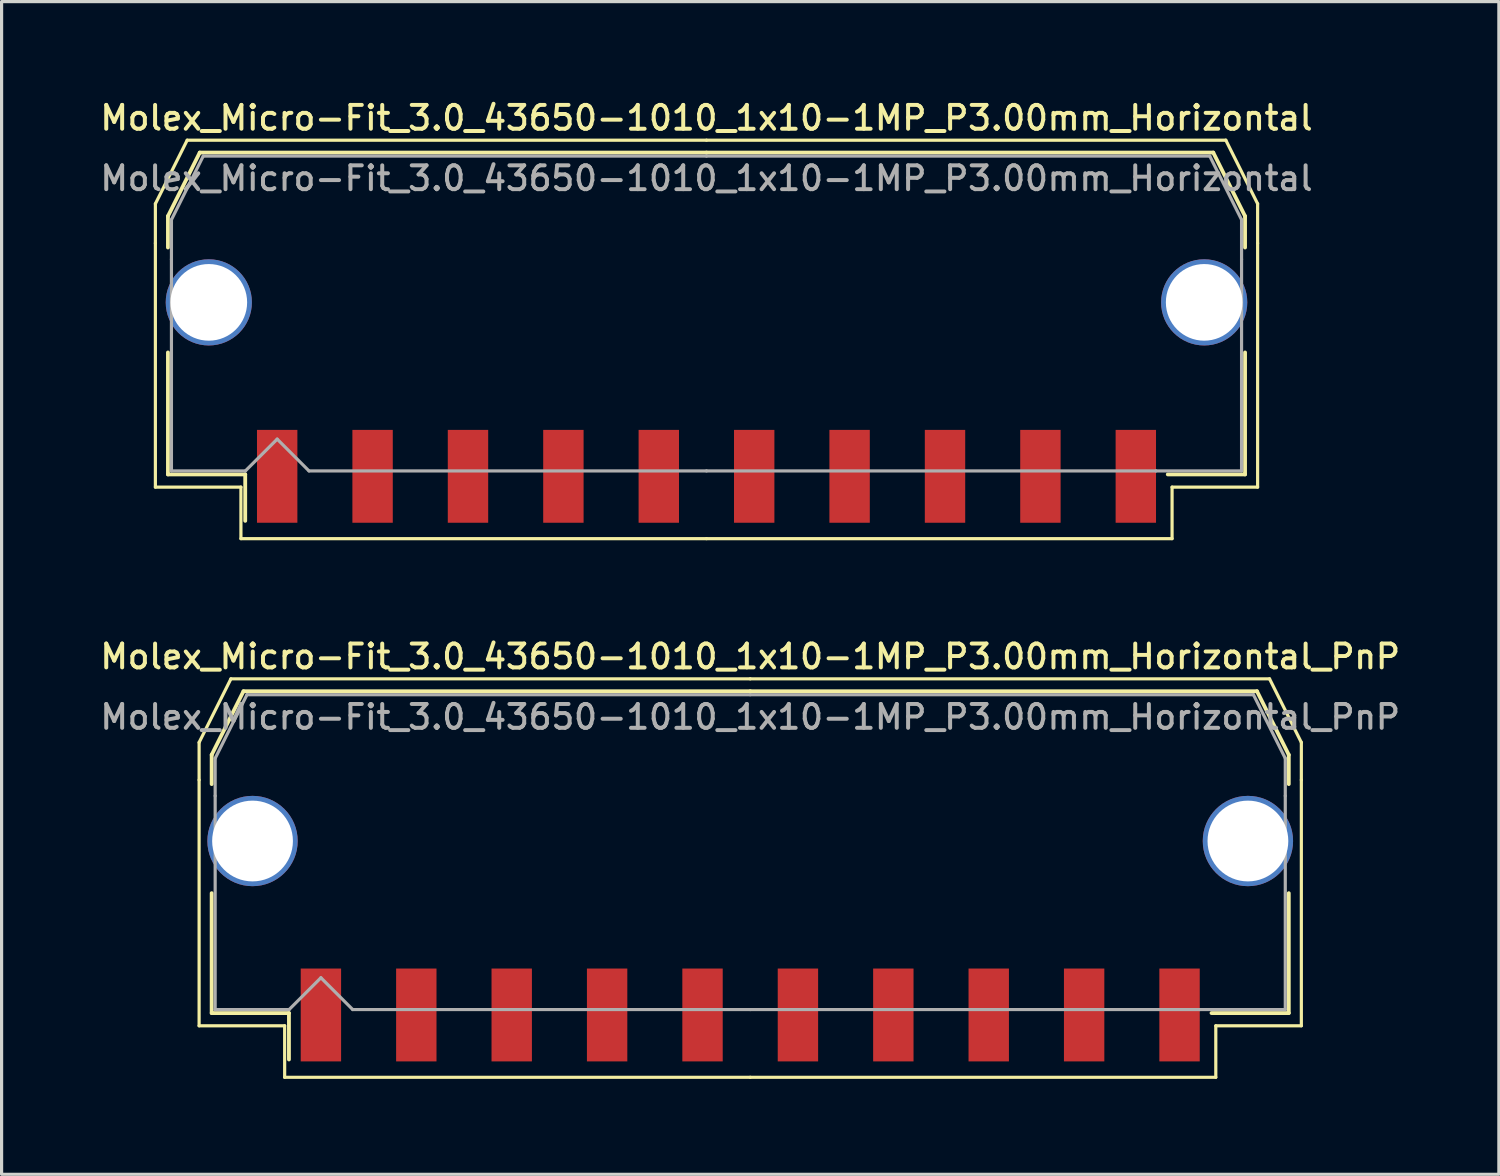
<source format=kicad_pcb>
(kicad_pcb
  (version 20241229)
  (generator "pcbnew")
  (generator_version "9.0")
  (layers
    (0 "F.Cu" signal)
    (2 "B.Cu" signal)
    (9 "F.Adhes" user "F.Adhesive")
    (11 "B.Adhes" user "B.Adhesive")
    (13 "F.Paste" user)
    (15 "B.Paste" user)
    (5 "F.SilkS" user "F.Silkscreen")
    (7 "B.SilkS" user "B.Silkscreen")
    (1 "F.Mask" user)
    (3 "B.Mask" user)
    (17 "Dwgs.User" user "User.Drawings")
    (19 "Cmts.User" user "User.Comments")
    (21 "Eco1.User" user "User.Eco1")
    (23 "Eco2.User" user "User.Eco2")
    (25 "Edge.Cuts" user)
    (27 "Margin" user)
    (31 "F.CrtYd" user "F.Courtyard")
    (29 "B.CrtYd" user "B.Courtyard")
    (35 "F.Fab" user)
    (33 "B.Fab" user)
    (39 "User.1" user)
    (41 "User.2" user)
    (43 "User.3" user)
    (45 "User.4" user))
  (footprint "Molex_Micro-Fit_3.0_43650-1010_1x10-1MP_P3.00mm_Horizontal"
    (layer "F.Cu")
    (at 19.166 6.808)
    (property "Reference" "Molex_Micro-Fit_3.0_43650-1010_1x10-1MP_P3.00mm_Horizontal" (at 0 -6.15 0) (layer "F.SilkS") (effects (font (size 0.75 0.75) (thickness 0.125))))
    (attr smd)
    (fp_line (start -17.33 -3.45) (end -17.33 -2.21) (stroke (width 0.1) (type solid)) (layer "F.SilkS"))
    (fp_line (start -17.33 -2.21) (end -17.33 5.46) (stroke (width 0.1) (type solid)) (layer "F.SilkS"))
    (fp_line (start -17.33 5.46) (end -14.64 5.46) (stroke (width 0.1) (type solid)) (layer "F.SilkS"))
    (fp_line (start -16.935 -3.06) (end -16.935 -2.075) (stroke (width 0.12) (type solid)) (layer "F.SilkS"))
    (fp_line (start -16.935 1.225) (end -16.935 5.06) (stroke (width 0.12) (type solid)) (layer "F.SilkS"))
    (fp_line (start -16.935 5.06) (end -14.505 5.06) (stroke (width 0.12) (type solid)) (layer "F.SilkS"))
    (fp_line (start -16.33 -5.45) (end -17.33 -3.45) (stroke (width 0.1) (type solid)) (layer "F.SilkS"))
    (fp_line (start -15.935 -5.06) (end -16.935 -3.06) (stroke (width 0.12) (type solid)) (layer "F.SilkS"))
    (fp_line (start -14.64 5.46) (end -14.64 7.08) (stroke (width 0.1) (type solid)) (layer "F.SilkS"))
    (fp_line (start -14.64 7.08) (end 0 7.08) (stroke (width 0.1) (type solid)) (layer "F.SilkS"))
    (fp_line (start -14.505 5.06) (end -14.505 6.52) (stroke (width 0.12) (type solid)) (layer "F.SilkS"))
    (fp_line (start 0 -5.45) (end -16.33 -5.45) (stroke (width 0.1) (type solid)) (layer "F.SilkS"))
    (fp_line (start 0 -5.45) (end 16.33 -5.45) (stroke (width 0.1) (type solid)) (layer "F.SilkS"))
    (fp_line (start 0 -5.06) (end -15.935 -5.06) (stroke (width 0.12) (type solid)) (layer "F.SilkS"))
    (fp_line (start 0 -5.06) (end 15.935 -5.06) (stroke (width 0.12) (type solid)) (layer "F.SilkS"))
    (fp_line (start 14.64 5.46) (end 14.64 7.08) (stroke (width 0.1) (type solid)) (layer "F.SilkS"))
    (fp_line (start 14.64 7.08) (end 0 7.08) (stroke (width 0.1) (type solid)) (layer "F.SilkS"))
    (fp_line (start 15.935 -5.06) (end 16.935 -3.06) (stroke (width 0.12) (type solid)) (layer "F.SilkS"))
    (fp_line (start 16.33 -5.45) (end 17.33 -3.45) (stroke (width 0.1) (type solid)) (layer "F.SilkS"))
    (fp_line (start 16.935 -3.06) (end 16.935 -2.075) (stroke (width 0.12) (type solid)) (layer "F.SilkS"))
    (fp_line (start 16.935 1.225) (end 16.935 5.06) (stroke (width 0.12) (type solid)) (layer "F.SilkS"))
    (fp_line (start 16.935 5.06) (end 14.505 5.06) (stroke (width 0.12) (type solid)) (layer "F.SilkS"))
    (fp_line (start 17.33 -3.45) (end 17.33 -2.21) (stroke (width 0.1) (type solid)) (layer "F.SilkS"))
    (fp_line (start 17.33 -2.21) (end 17.33 5.46) (stroke (width 0.1) (type solid)) (layer "F.SilkS"))
    (fp_line (start 17.33 5.46) (end 14.64 5.46) (stroke (width 0.1) (type solid)) (layer "F.SilkS"))
    (fp_line (start -16.825 -2.95) (end -16.825 -1.705) (stroke (width 0.1) (type solid)) (layer "F.Fab"))
    (fp_line (start -16.825 -1.705) (end -16.825 4.95) (stroke (width 0.1) (type solid)) (layer "F.Fab"))
    (fp_line (start -16.825 4.95) (end -14.5 4.95) (stroke (width 0.1) (type solid)) (layer "F.Fab"))
    (fp_line (start -15.825 -4.95) (end -16.825 -2.95) (stroke (width 0.1) (type solid)) (layer "F.Fab"))
    (fp_line (start -14.5 4.95) (end -13.5 3.95) (stroke (width 0.1) (type solid)) (layer "F.Fab"))
    (fp_line (start -13.5 3.95) (end -12.5 4.95) (stroke (width 0.1) (type solid)) (layer "F.Fab"))
    (fp_line (start -12.5 4.95) (end 0 4.95) (stroke (width 0.1) (type solid)) (layer "F.Fab"))
    (fp_line (start 0 -4.95) (end -15.825 -4.95) (stroke (width 0.1) (type solid)) (layer "F.Fab"))
    (fp_line (start 0 -4.95) (end 15.825 -4.95) (stroke (width 0.1) (type solid)) (layer "F.Fab"))
    (fp_line (start 14.135 4.95) (end 0 4.95) (stroke (width 0.1) (type solid)) (layer "F.Fab"))
    (fp_line (start 15.825 -4.95) (end 16.825 -2.95) (stroke (width 0.1) (type solid)) (layer "F.Fab"))
    (fp_line (start 16.825 -2.95) (end 16.825 -1.705) (stroke (width 0.1) (type solid)) (layer "F.Fab"))
    (fp_line (start 16.825 -1.705) (end 16.825 4.95) (stroke (width 0.1) (type solid)) (layer "F.Fab"))
    (fp_line (start 16.825 4.95) (end 14.135 4.95) (stroke (width 0.1) (type solid)) (layer "F.Fab"))
    (fp_text user "${REFERENCE}" (at 0 -4.25 0) (layer "F.Fab") (effects (font (size 0.75 0.75) (thickness 0.125))))
    (pad "1" smd rect (at -13.5 5.12) (size 1.27 2.92) (layers "F.Cu" "F.Mask" "F.Paste"))
    (pad "2" smd rect (at -10.5 5.12) (size 1.27 2.92) (layers "F.Cu" "F.Mask" "F.Paste"))
    (pad "3" smd rect (at -7.5 5.12) (size 1.27 2.92) (layers "F.Cu" "F.Mask" "F.Paste"))
    (pad "4" smd rect (at -4.5 5.12) (size 1.27 2.92) (layers "F.Cu" "F.Mask" "F.Paste"))
    (pad "5" smd rect (at -1.5 5.12) (size 1.27 2.92) (layers "F.Cu" "F.Mask" "F.Paste"))
    (pad "6" smd rect (at 1.5 5.12) (size 1.27 2.92) (layers "F.Cu" "F.Mask" "F.Paste"))
    (pad "7" smd rect (at 4.5 5.12) (size 1.27 2.92) (layers "F.Cu" "F.Mask" "F.Paste"))
    (pad "8" smd rect (at 7.5 5.12) (size 1.27 2.92) (layers "F.Cu" "F.Mask" "F.Paste"))
    (pad "9" smd rect (at 10.5 5.12) (size 1.27 2.92) (layers "F.Cu" "F.Mask" "F.Paste"))
    (pad "10" smd rect (at 13.5 5.12) (size 1.27 2.92) (layers "F.Cu" "F.Mask" "F.Paste"))
    (pad "MP" thru_hole circle (at -15.65 -0.35) (size 2.71 2.71) (drill 2.41) (property pad_prop_heatsink) (layers "*.Cu" "*.Mask"))
    (pad "MP" thru_hole circle (at 15.65 -0.35) (size 2.71 2.71) (drill 2.41) (property pad_prop_heatsink) (layers "*.Cu" "*.Mask")))
  (footprint "Molex_Micro-Fit_3.0_43650-1010_1x10-1MP_P3.00mm_Horizontal_PnP"
    (layer "F.Cu")
    (at 20.541 23.746)
    (property "Reference" "Molex_Micro-Fit_3.0_43650-1010_1x10-1MP_P3.00mm_Horizontal_PnP" (at 0 -6.15 0) (layer "F.SilkS") (effects (font (size 0.75 0.75) (thickness 0.125))))
    (attr smd)
    (fp_line (start -17.33 -3.45) (end -17.33 -2.27) (stroke (width 0.1) (type solid)) (layer "F.SilkS"))
    (fp_line (start -17.33 -2.27) (end -17.33 5.46) (stroke (width 0.1) (type solid)) (layer "F.SilkS"))
    (fp_line (start -17.33 5.46) (end -14.64 5.46) (stroke (width 0.1) (type solid)) (layer "F.SilkS"))
    (fp_line (start -16.935 -3.06) (end -16.935 -2.14) (stroke (width 0.12) (type solid)) (layer "F.SilkS"))
    (fp_line (start -16.935 1.29) (end -16.935 5.06) (stroke (width 0.12) (type solid)) (layer "F.SilkS"))
    (fp_line (start -16.935 5.06) (end -14.505 5.06) (stroke (width 0.12) (type solid)) (layer "F.SilkS"))
    (fp_line (start -16.33 -5.45) (end -17.33 -3.45) (stroke (width 0.1) (type solid)) (layer "F.SilkS"))
    (fp_line (start -15.935 -5.06) (end -16.935 -3.06) (stroke (width 0.12) (type solid)) (layer "F.SilkS"))
    (fp_line (start -14.64 5.46) (end -14.64 7.08) (stroke (width 0.1) (type solid)) (layer "F.SilkS"))
    (fp_line (start -14.64 7.08) (end 0 7.08) (stroke (width 0.1) (type solid)) (layer "F.SilkS"))
    (fp_line (start -14.505 5.06) (end -14.505 6.52) (stroke (width 0.12) (type solid)) (layer "F.SilkS"))
    (fp_line (start 0 -5.45) (end -16.33 -5.45) (stroke (width 0.1) (type solid)) (layer "F.SilkS"))
    (fp_line (start 0 -5.45) (end 16.33 -5.45) (stroke (width 0.1) (type solid)) (layer "F.SilkS"))
    (fp_line (start 0 -5.06) (end -15.935 -5.06) (stroke (width 0.12) (type solid)) (layer "F.SilkS"))
    (fp_line (start 0 -5.06) (end 15.935 -5.06) (stroke (width 0.12) (type solid)) (layer "F.SilkS"))
    (fp_line (start 14.64 5.46) (end 14.64 7.08) (stroke (width 0.1) (type solid)) (layer "F.SilkS"))
    (fp_line (start 14.64 7.08) (end 0 7.08) (stroke (width 0.1) (type solid)) (layer "F.SilkS"))
    (fp_line (start 15.935 -5.06) (end 16.935 -3.06) (stroke (width 0.12) (type solid)) (layer "F.SilkS"))
    (fp_line (start 16.33 -5.45) (end 17.33 -3.45) (stroke (width 0.1) (type solid)) (layer "F.SilkS"))
    (fp_line (start 16.935 -3.06) (end 16.935 -2.14) (stroke (width 0.12) (type solid)) (layer "F.SilkS"))
    (fp_line (start 16.935 1.29) (end 16.935 5.06) (stroke (width 0.12) (type solid)) (layer "F.SilkS"))
    (fp_line (start 16.935 5.06) (end 14.505 5.06) (stroke (width 0.12) (type solid)) (layer "F.SilkS"))
    (fp_line (start 17.33 -3.45) (end 17.33 -2.27) (stroke (width 0.1) (type solid)) (layer "F.SilkS"))
    (fp_line (start 17.33 -2.27) (end 17.33 5.46) (stroke (width 0.1) (type solid)) (layer "F.SilkS"))
    (fp_line (start 17.33 5.46) (end 14.64 5.46) (stroke (width 0.1) (type solid)) (layer "F.SilkS"))
    (fp_line (start -16.825 -2.95) (end -16.825 -1.77) (stroke (width 0.1) (type solid)) (layer "F.Fab"))
    (fp_line (start -16.825 -1.77) (end -16.825 4.95) (stroke (width 0.1) (type solid)) (layer "F.Fab"))
    (fp_line (start -16.825 4.95) (end -14.5 4.95) (stroke (width 0.1) (type solid)) (layer "F.Fab"))
    (fp_line (start -15.825 -4.95) (end -16.825 -2.95) (stroke (width 0.1) (type solid)) (layer "F.Fab"))
    (fp_line (start -14.5 4.95) (end -13.5 3.95) (stroke (width 0.1) (type solid)) (layer "F.Fab"))
    (fp_line (start -13.5 3.95) (end -12.5 4.95) (stroke (width 0.1) (type solid)) (layer "F.Fab"))
    (fp_line (start -12.5 4.95) (end 0 4.95) (stroke (width 0.1) (type solid)) (layer "F.Fab"))
    (fp_line (start 0 -4.95) (end -15.825 -4.95) (stroke (width 0.1) (type solid)) (layer "F.Fab"))
    (fp_line (start 0 -4.95) (end 15.825 -4.95) (stroke (width 0.1) (type solid)) (layer "F.Fab"))
    (fp_line (start 14.135 4.95) (end 0 4.95) (stroke (width 0.1) (type solid)) (layer "F.Fab"))
    (fp_line (start 15.825 -4.95) (end 16.825 -2.95) (stroke (width 0.1) (type solid)) (layer "F.Fab"))
    (fp_line (start 16.825 -2.95) (end 16.825 -1.77) (stroke (width 0.1) (type solid)) (layer "F.Fab"))
    (fp_line (start 16.825 -1.77) (end 16.825 4.95) (stroke (width 0.1) (type solid)) (layer "F.Fab"))
    (fp_line (start 16.825 4.95) (end 14.135 4.95) (stroke (width 0.1) (type solid)) (layer "F.Fab"))
    (fp_text user "${REFERENCE}" (at 0 -4.25 0) (layer "F.Fab") (effects (font (size 0.75 0.75) (thickness 0.125))))
    (pad "1" smd rect (at -13.5 5.12) (size 1.27 2.92) (layers "F.Cu" "F.Mask" "F.Paste"))
    (pad "2" smd rect (at -10.5 5.12) (size 1.27 2.92) (layers "F.Cu" "F.Mask" "F.Paste"))
    (pad "3" smd rect (at -7.5 5.12) (size 1.27 2.92) (layers "F.Cu" "F.Mask" "F.Paste"))
    (pad "4" smd rect (at -4.5 5.12) (size 1.27 2.92) (layers "F.Cu" "F.Mask" "F.Paste"))
    (pad "5" smd rect (at -1.5 5.12) (size 1.27 2.92) (layers "F.Cu" "F.Mask" "F.Paste"))
    (pad "6" smd rect (at 1.5 5.12) (size 1.27 2.92) (layers "F.Cu" "F.Mask" "F.Paste"))
    (pad "7" smd rect (at 4.5 5.12) (size 1.27 2.92) (layers "F.Cu" "F.Mask" "F.Paste"))
    (pad "8" smd rect (at 7.5 5.12) (size 1.27 2.92) (layers "F.Cu" "F.Mask" "F.Paste"))
    (pad "9" smd rect (at 10.5 5.12) (size 1.27 2.92) (layers "F.Cu" "F.Mask" "F.Paste"))
    (pad "10" smd rect (at 13.5 5.12) (size 1.27 2.92) (layers "F.Cu" "F.Mask" "F.Paste"))
    (pad "MP" thru_hole circle (at -15.65 -0.35) (size 2.84 2.84) (drill 2.54) (property pad_prop_heatsink) (layers "*.Cu" "*.Mask"))
    (pad "MP" thru_hole circle (at 15.65 -0.35) (size 2.84 2.84) (drill 2.54) (property pad_prop_heatsink) (layers "*.Cu" "*.Mask")))
  (gr_rect
    (start -3 -3)
    (end 44.082 33.876)
    (stroke (width 0.1) (type default))
    (fill no)
    (layer "Edge.Cuts")))
</source>
